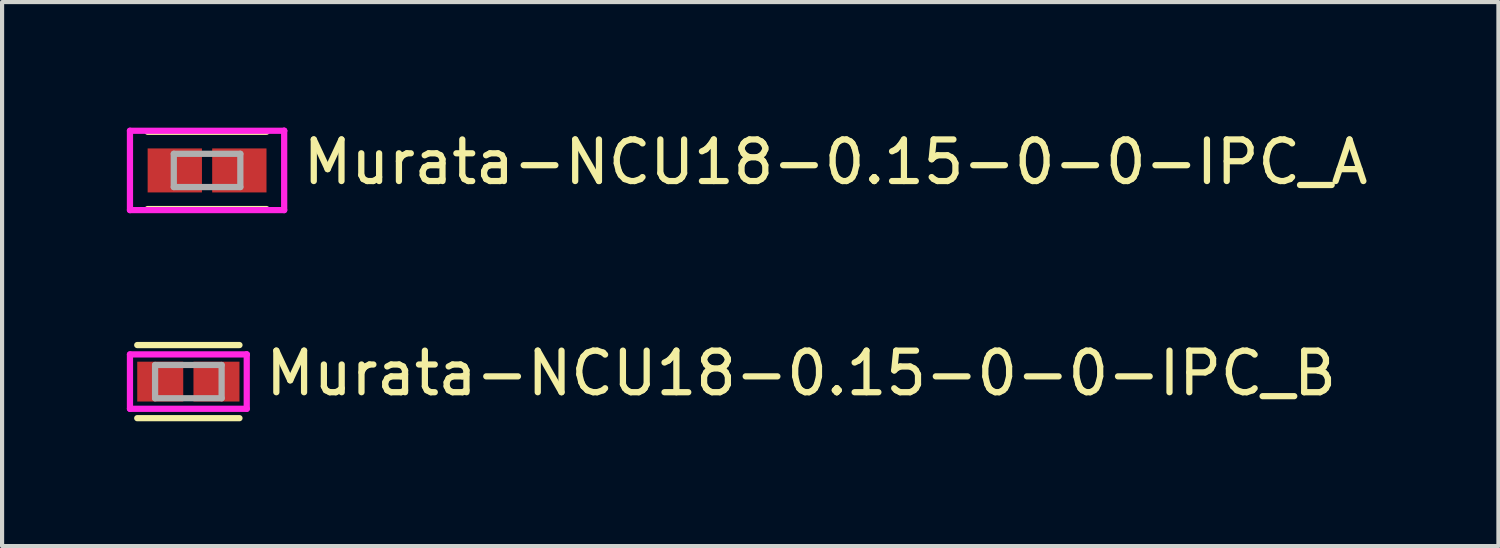
<source format=kicad_pcb>
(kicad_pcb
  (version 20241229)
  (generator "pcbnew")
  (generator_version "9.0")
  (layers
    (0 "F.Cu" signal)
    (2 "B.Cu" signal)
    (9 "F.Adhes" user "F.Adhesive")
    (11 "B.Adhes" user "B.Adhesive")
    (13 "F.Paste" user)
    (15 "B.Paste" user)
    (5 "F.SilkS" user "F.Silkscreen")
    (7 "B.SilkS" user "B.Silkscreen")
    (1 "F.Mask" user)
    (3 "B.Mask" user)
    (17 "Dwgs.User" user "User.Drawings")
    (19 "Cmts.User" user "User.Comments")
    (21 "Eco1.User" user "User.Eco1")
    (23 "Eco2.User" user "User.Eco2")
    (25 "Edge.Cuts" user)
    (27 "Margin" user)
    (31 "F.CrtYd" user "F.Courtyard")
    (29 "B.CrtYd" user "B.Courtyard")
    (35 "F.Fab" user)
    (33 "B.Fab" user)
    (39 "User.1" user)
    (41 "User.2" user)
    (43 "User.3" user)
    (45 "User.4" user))
  (footprint "Murata-NCU18-0.15-0-0-IPC_B"
    (layer "F.Cu")
    (at 1.479 6.126)
    (property "Reference" "Murata-NCU18-0.15-0-0-IPC_B" (at 1.779 -0.2 0) (layer "F.SilkS") (effects (font (size 1 1) (thickness 0.15)) (justify left)))
    (attr through_hole)
    (fp_line (start -1.229 -0.879) (end 1.229 -0.879) (stroke (width 0.15) (type solid)) (layer "F.SilkS"))
    (fp_line (start -1.229 0.879) (end 1.229 0.879) (stroke (width 0.15) (type solid)) (layer "F.SilkS"))
    (fp_line (start -1.404 -0.654) (end -1.404 0.654) (stroke (width 0.15) (type solid)) (layer "F.CrtYd"))
    (fp_line (start -1.404 0.654) (end 1.404 0.654) (stroke (width 0.15) (type solid)) (layer "F.CrtYd"))
    (fp_line (start 1.404 -0.654) (end -1.404 -0.654) (stroke (width 0.15) (type solid)) (layer "F.CrtYd"))
    (fp_line (start 1.404 -0.654) (end 1.404 -0.654) (stroke (width 0.15) (type solid)) (layer "F.CrtYd"))
    (fp_line (start 1.404 0.654) (end 1.404 -0.654) (stroke (width 0.15) (type solid)) (layer "F.CrtYd"))
    (fp_line (start -0.8 -0.4) (end 0.8 -0.4) (stroke (width 0.15) (type solid)) (layer "F.Fab"))
    (fp_line (start -0.8 0.4) (end -0.8 -0.4) (stroke (width 0.15) (type solid)) (layer "F.Fab"))
    (fp_line (start 0.8 -0.4) (end 0.8 0.4) (stroke (width 0.15) (type solid)) (layer "F.Fab"))
    (fp_line (start 0.8 0.4) (end -0.8 0.4) (stroke (width 0.15) (type solid)) (layer "F.Fab"))
    (pad "1" smd rect (at -0.676 0) (size 1.106 0.958) (layers "F.Cu" "F.Mask" "F.Paste"))
    (pad "2" smd rect (at 0.676 0) (size 1.106 0.958) (layers "F.Cu" "F.Mask" "F.Paste")))
  (footprint "Murata-NCU18-0.15-0-0-IPC_A"
    (layer "F.Cu")
    (at 1.929 1.048)
    (property "Reference" "Murata-NCU18-0.15-0-0-IPC_A" (at 2.229 -0.2 0) (layer "F.SilkS") (effects (font (size 1 1) (thickness 0.15)) (justify left)))
    (attr through_hole)
    (fp_line (start -1.429 -0.929) (end 1.429 -0.929) (stroke (width 0.15) (type solid)) (layer "F.SilkS"))
    (fp_line (start -1.429 0.929) (end 1.429 0.929) (stroke (width 0.15) (type solid)) (layer "F.SilkS"))
    (fp_line (start -1.854 -0.954) (end -1.854 0.954) (stroke (width 0.15) (type solid)) (layer "F.CrtYd"))
    (fp_line (start -1.854 0.954) (end 1.854 0.954) (stroke (width 0.15) (type solid)) (layer "F.CrtYd"))
    (fp_line (start 1.854 -0.954) (end -1.854 -0.954) (stroke (width 0.15) (type solid)) (layer "F.CrtYd"))
    (fp_line (start 1.854 -0.954) (end 1.854 -0.954) (stroke (width 0.15) (type solid)) (layer "F.CrtYd"))
    (fp_line (start 1.854 0.954) (end 1.854 -0.954) (stroke (width 0.15) (type solid)) (layer "F.CrtYd"))
    (fp_line (start -0.8 -0.4) (end 0.8 -0.4) (stroke (width 0.15) (type solid)) (layer "F.Fab"))
    (fp_line (start -0.8 0.4) (end -0.8 -0.4) (stroke (width 0.15) (type solid)) (layer "F.Fab"))
    (fp_line (start 0.8 -0.4) (end 0.8 0.4) (stroke (width 0.15) (type solid)) (layer "F.Fab"))
    (fp_line (start 0.8 0.4) (end -0.8 0.4) (stroke (width 0.15) (type solid)) (layer "F.Fab"))
    (pad "1" smd rect (at -0.776 0) (size 1.306 1.058) (layers "F.Cu" "F.Mask" "F.Paste"))
    (pad "2" smd rect (at 0.776 0) (size 1.306 1.058) (layers "F.Cu" "F.Mask" "F.Paste")))
  (gr_rect
    (start -3 -3)
    (end 32.98 10.08)
    (stroke (width 0.1) (type default))
    (fill no)
    (layer "Edge.Cuts")))
</source>
